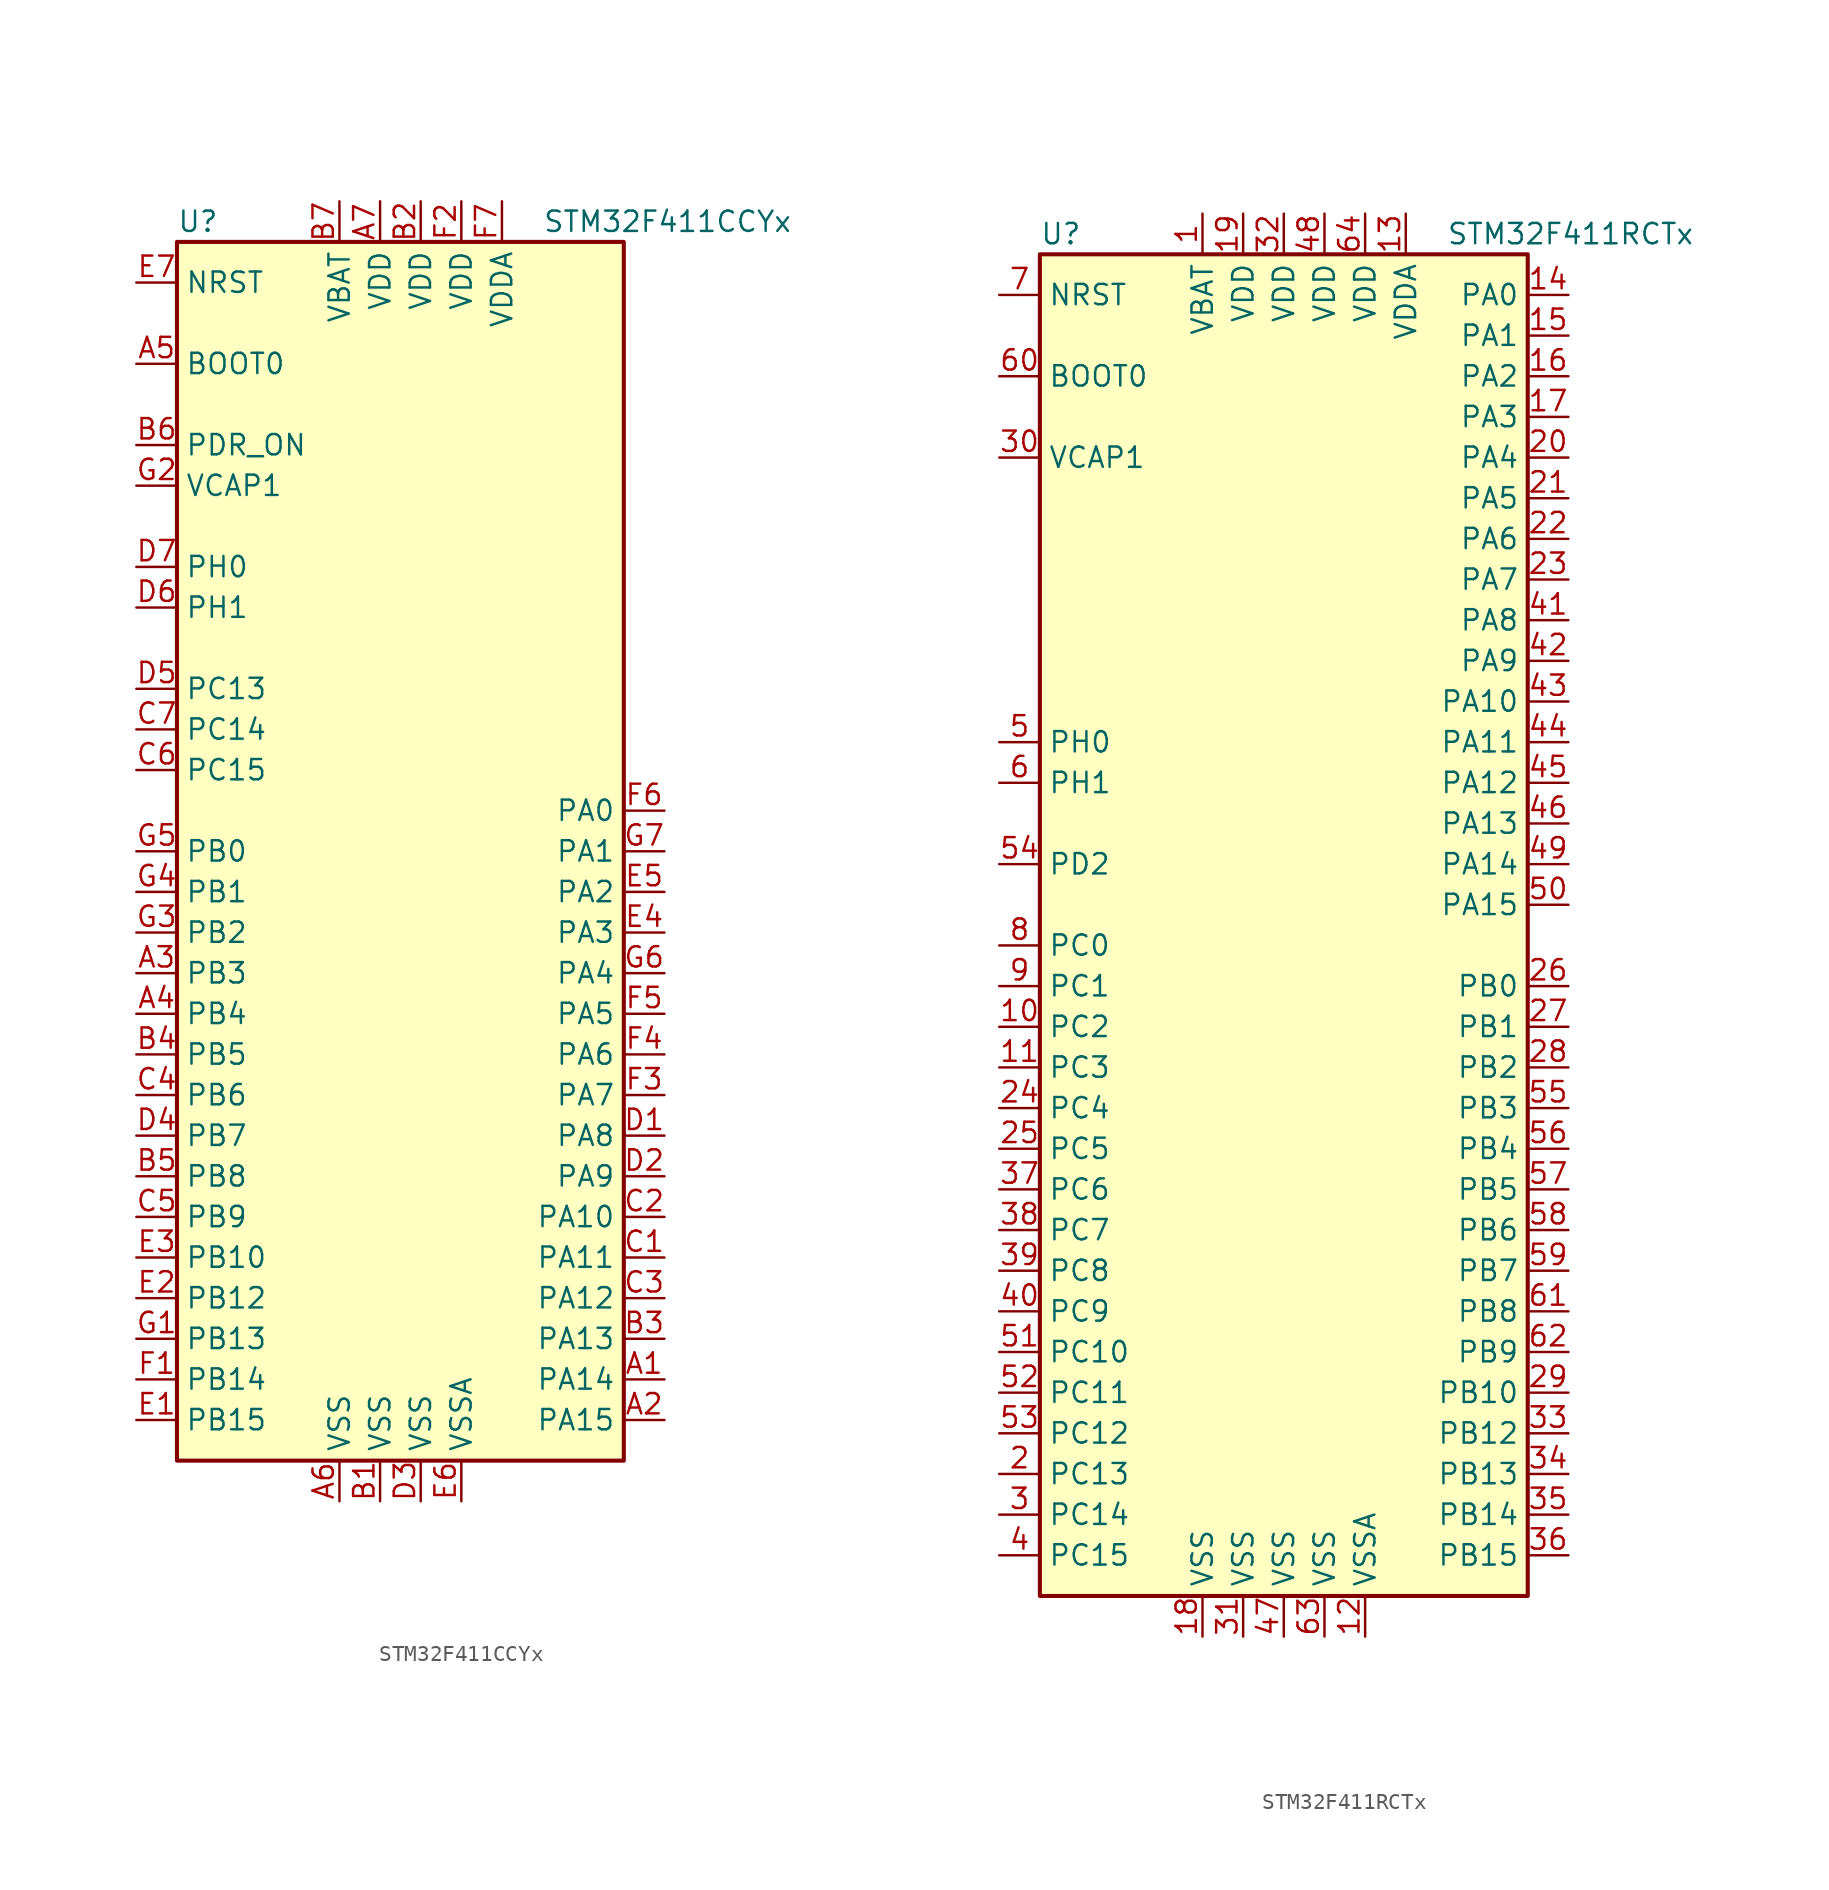
<source format=kicad_sym>
(kicad_symbol_lib
  (version 20201005)
  (generator kicad_symbol_editor)
  (symbol "STM32F411CCYx"
    (property "Reference" "U"
      (at -15.24 39.37 0)
      (effects (font (size 1.27 1.27)) (justify left)))
    (property "Value" "STM32F411CCYx"
      (at 7.62 39.37 0)
      (effects (font (size 1.27 1.27)) (justify left)))
    (symbol "STM32F411CCYx_0_1"
      (rectangle (start -15.24 -38.1) (end 12.7 38.1) (stroke (width 0.254)) (fill (type background))))
    (symbol "STM32F411CCYx_1_1"
      (pin bidirectional line (at 15.24 -33.02 180) (length 2.54) (name "PA14" (effects (font (size 1.27 1.27)))) (number "A1" (effects (font (size 1.27 1.27)))))
      (pin bidirectional line (at 15.24 -35.56 180) (length 2.54) (name "PA15" (effects (font (size 1.27 1.27)))) (number "A2" (effects (font (size 1.27 1.27)))))
      (pin bidirectional line (at -17.78 -7.62 0) (length 2.54) (name "PB3" (effects (font (size 1.27 1.27)))) (number "A3" (effects (font (size 1.27 1.27)))))
      (pin bidirectional line (at -17.78 -10.16 0) (length 2.54) (name "PB4" (effects (font (size 1.27 1.27)))) (number "A4" (effects (font (size 1.27 1.27)))))
      (pin input line (at -17.78 30.48 0) (length 2.54) (name "BOOT0" (effects (font (size 1.27 1.27)))) (number "A5" (effects (font (size 1.27 1.27)))))
      (pin power_in line (at -5.08 -40.64 90) (length 2.54) (name "VSS" (effects (font (size 1.27 1.27)))) (number "A6" (effects (font (size 1.27 1.27)))))
      (pin power_in line (at -2.54 40.64 270) (length 2.54) (name "VDD" (effects (font (size 1.27 1.27)))) (number "A7" (effects (font (size 1.27 1.27)))))
      (pin power_in line (at -2.54 -40.64 90) (length 2.54) (name "VSS" (effects (font (size 1.27 1.27)))) (number "B1" (effects (font (size 1.27 1.27)))))
      (pin power_in line (at 0 40.64 270) (length 2.54) (name "VDD" (effects (font (size 1.27 1.27)))) (number "B2" (effects (font (size 1.27 1.27)))))
      (pin bidirectional line (at 15.24 -30.48 180) (length 2.54) (name "PA13" (effects (font (size 1.27 1.27)))) (number "B3" (effects (font (size 1.27 1.27)))))
      (pin bidirectional line (at -17.78 -12.7 0) (length 2.54) (name "PB5" (effects (font (size 1.27 1.27)))) (number "B4" (effects (font (size 1.27 1.27)))))
      (pin bidirectional line (at -17.78 -20.32 0) (length 2.54) (name "PB8" (effects (font (size 1.27 1.27)))) (number "B5" (effects (font (size 1.27 1.27)))))
      (pin power_in line (at -17.78 25.4 0) (length 2.54) (name "PDR_ON" (effects (font (size 1.27 1.27)))) (number "B6" (effects (font (size 1.27 1.27)))))
      (pin power_in line (at -5.08 40.64 270) (length 2.54) (name "VBAT" (effects (font (size 1.27 1.27)))) (number "B7" (effects (font (size 1.27 1.27)))))
      (pin bidirectional line (at 15.24 -25.4 180) (length 2.54) (name "PA11" (effects (font (size 1.27 1.27)))) (number "C1" (effects (font (size 1.27 1.27)))))
      (pin bidirectional line (at 15.24 -22.86 180) (length 2.54) (name "PA10" (effects (font (size 1.27 1.27)))) (number "C2" (effects (font (size 1.27 1.27)))))
      (pin bidirectional line (at 15.24 -27.94 180) (length 2.54) (name "PA12" (effects (font (size 1.27 1.27)))) (number "C3" (effects (font (size 1.27 1.27)))))
      (pin bidirectional line (at -17.78 -15.24 0) (length 2.54) (name "PB6" (effects (font (size 1.27 1.27)))) (number "C4" (effects (font (size 1.27 1.27)))))
      (pin bidirectional line (at -17.78 -22.86 0) (length 2.54) (name "PB9" (effects (font (size 1.27 1.27)))) (number "C5" (effects (font (size 1.27 1.27)))))
      (pin bidirectional line (at -17.78 5.08 0) (length 2.54) (name "PC15" (effects (font (size 1.27 1.27)))) (number "C6" (effects (font (size 1.27 1.27)))))
      (pin bidirectional line (at -17.78 7.62 0) (length 2.54) (name "PC14" (effects (font (size 1.27 1.27)))) (number "C7" (effects (font (size 1.27 1.27)))))
      (pin bidirectional line (at 15.24 -17.78 180) (length 2.54) (name "PA8" (effects (font (size 1.27 1.27)))) (number "D1" (effects (font (size 1.27 1.27)))))
      (pin bidirectional line (at 15.24 -20.32 180) (length 2.54) (name "PA9" (effects (font (size 1.27 1.27)))) (number "D2" (effects (font (size 1.27 1.27)))))
      (pin power_in line (at 0 -40.64 90) (length 2.54) (name "VSS" (effects (font (size 1.27 1.27)))) (number "D3" (effects (font (size 1.27 1.27)))))
      (pin bidirectional line (at -17.78 -17.78 0) (length 2.54) (name "PB7" (effects (font (size 1.27 1.27)))) (number "D4" (effects (font (size 1.27 1.27)))))
      (pin bidirectional line (at -17.78 10.16 0) (length 2.54) (name "PC13" (effects (font (size 1.27 1.27)))) (number "D5" (effects (font (size 1.27 1.27)))))
      (pin input line (at -17.78 15.24 0) (length 2.54) (name "PH1" (effects (font (size 1.27 1.27)))) (number "D6" (effects (font (size 1.27 1.27)))))
      (pin input line (at -17.78 17.78 0) (length 2.54) (name "PH0" (effects (font (size 1.27 1.27)))) (number "D7" (effects (font (size 1.27 1.27)))))
      (pin bidirectional line (at -17.78 -35.56 0) (length 2.54) (name "PB15" (effects (font (size 1.27 1.27)))) (number "E1" (effects (font (size 1.27 1.27)))))
      (pin bidirectional line (at -17.78 -27.94 0) (length 2.54) (name "PB12" (effects (font (size 1.27 1.27)))) (number "E2" (effects (font (size 1.27 1.27)))))
      (pin bidirectional line (at -17.78 -25.4 0) (length 2.54) (name "PB10" (effects (font (size 1.27 1.27)))) (number "E3" (effects (font (size 1.27 1.27)))))
      (pin bidirectional line (at 15.24 -5.08 180) (length 2.54) (name "PA3" (effects (font (size 1.27 1.27)))) (number "E4" (effects (font (size 1.27 1.27)))))
      (pin bidirectional line (at 15.24 -2.54 180) (length 2.54) (name "PA2" (effects (font (size 1.27 1.27)))) (number "E5" (effects (font (size 1.27 1.27)))))
      (pin power_in line (at 2.54 -40.64 90) (length 2.54) (name "VSSA" (effects (font (size 1.27 1.27)))) (number "E6" (effects (font (size 1.27 1.27)))))
      (pin input line (at -17.78 35.56 0) (length 2.54) (name "NRST" (effects (font (size 1.27 1.27)))) (number "E7" (effects (font (size 1.27 1.27)))))
      (pin bidirectional line (at -17.78 -33.02 0) (length 2.54) (name "PB14" (effects (font (size 1.27 1.27)))) (number "F1" (effects (font (size 1.27 1.27)))))
      (pin power_in line (at 2.54 40.64 270) (length 2.54) (name "VDD" (effects (font (size 1.27 1.27)))) (number "F2" (effects (font (size 1.27 1.27)))))
      (pin bidirectional line (at 15.24 -15.24 180) (length 2.54) (name "PA7" (effects (font (size 1.27 1.27)))) (number "F3" (effects (font (size 1.27 1.27)))))
      (pin bidirectional line (at 15.24 -12.7 180) (length 2.54) (name "PA6" (effects (font (size 1.27 1.27)))) (number "F4" (effects (font (size 1.27 1.27)))))
      (pin bidirectional line (at 15.24 -10.16 180) (length 2.54) (name "PA5" (effects (font (size 1.27 1.27)))) (number "F5" (effects (font (size 1.27 1.27)))))
      (pin bidirectional line (at 15.24 2.54 180) (length 2.54) (name "PA0" (effects (font (size 1.27 1.27)))) (number "F6" (effects (font (size 1.27 1.27)))))
      (pin power_in line (at 5.08 40.64 270) (length 2.54) (name "VDDA" (effects (font (size 1.27 1.27)))) (number "F7" (effects (font (size 1.27 1.27)))))
      (pin bidirectional line (at -17.78 -30.48 0) (length 2.54) (name "PB13" (effects (font (size 1.27 1.27)))) (number "G1" (effects (font (size 1.27 1.27)))))
      (pin power_in line (at -17.78 22.86 0) (length 2.54) (name "VCAP1" (effects (font (size 1.27 1.27)))) (number "G2" (effects (font (size 1.27 1.27)))))
      (pin bidirectional line (at -17.78 -5.08 0) (length 2.54) (name "PB2" (effects (font (size 1.27 1.27)))) (number "G3" (effects (font (size 1.27 1.27)))))
      (pin bidirectional line (at -17.78 -2.54 0) (length 2.54) (name "PB1" (effects (font (size 1.27 1.27)))) (number "G4" (effects (font (size 1.27 1.27)))))
      (pin bidirectional line (at -17.78 0 0) (length 2.54) (name "PB0" (effects (font (size 1.27 1.27)))) (number "G5" (effects (font (size 1.27 1.27)))))
      (pin bidirectional line (at 15.24 -7.62 180) (length 2.54) (name "PA4" (effects (font (size 1.27 1.27)))) (number "G6" (effects (font (size 1.27 1.27)))))
      (pin bidirectional line (at 15.24 0 180) (length 2.54) (name "PA1" (effects (font (size 1.27 1.27)))) (number "G7" (effects (font (size 1.27 1.27)))))))
  (symbol "STM32F411RCTx"
    (property "Reference" "U"
      (at -15.24 41.91 0)
      (effects (font (size 1.27 1.27)) (justify left)))
    (property "Value" "STM32F411RCTx"
      (at 10.16 41.91 0)
      (effects (font (size 1.27 1.27)) (justify left)))
    (symbol "STM32F411RCTx_0_1"
      (rectangle (start -15.24 -43.18) (end 15.24 40.64) (stroke (width 0.254)) (fill (type background))))
    (symbol "STM32F411RCTx_1_1"
      (pin power_in line (at -5.08 43.18 270) (length 2.54) (name "VBAT" (effects (font (size 1.27 1.27)))) (number "1" (effects (font (size 1.27 1.27)))))
      (pin bidirectional line (at -17.78 -7.62 0) (length 2.54) (name "PC2" (effects (font (size 1.27 1.27)))) (number "10" (effects (font (size 1.27 1.27)))))
      (pin bidirectional line (at -17.78 -10.16 0) (length 2.54) (name "PC3" (effects (font (size 1.27 1.27)))) (number "11" (effects (font (size 1.27 1.27)))))
      (pin power_in line (at 5.08 -45.72 90) (length 2.54) (name "VSSA" (effects (font (size 1.27 1.27)))) (number "12" (effects (font (size 1.27 1.27)))))
      (pin power_in line (at 7.62 43.18 270) (length 2.54) (name "VDDA" (effects (font (size 1.27 1.27)))) (number "13" (effects (font (size 1.27 1.27)))))
      (pin bidirectional line (at 17.78 38.1 180) (length 2.54) (name "PA0" (effects (font (size 1.27 1.27)))) (number "14" (effects (font (size 1.27 1.27)))))
      (pin bidirectional line (at 17.78 35.56 180) (length 2.54) (name "PA1" (effects (font (size 1.27 1.27)))) (number "15" (effects (font (size 1.27 1.27)))))
      (pin bidirectional line (at 17.78 33.02 180) (length 2.54) (name "PA2" (effects (font (size 1.27 1.27)))) (number "16" (effects (font (size 1.27 1.27)))))
      (pin bidirectional line (at 17.78 30.48 180) (length 2.54) (name "PA3" (effects (font (size 1.27 1.27)))) (number "17" (effects (font (size 1.27 1.27)))))
      (pin power_in line (at -5.08 -45.72 90) (length 2.54) (name "VSS" (effects (font (size 1.27 1.27)))) (number "18" (effects (font (size 1.27 1.27)))))
      (pin power_in line (at -2.54 43.18 270) (length 2.54) (name "VDD" (effects (font (size 1.27 1.27)))) (number "19" (effects (font (size 1.27 1.27)))))
      (pin bidirectional line (at -17.78 -35.56 0) (length 2.54) (name "PC13" (effects (font (size 1.27 1.27)))) (number "2" (effects (font (size 1.27 1.27)))))
      (pin bidirectional line (at 17.78 27.94 180) (length 2.54) (name "PA4" (effects (font (size 1.27 1.27)))) (number "20" (effects (font (size 1.27 1.27)))))
      (pin bidirectional line (at 17.78 25.4 180) (length 2.54) (name "PA5" (effects (font (size 1.27 1.27)))) (number "21" (effects (font (size 1.27 1.27)))))
      (pin bidirectional line (at 17.78 22.86 180) (length 2.54) (name "PA6" (effects (font (size 1.27 1.27)))) (number "22" (effects (font (size 1.27 1.27)))))
      (pin bidirectional line (at 17.78 20.32 180) (length 2.54) (name "PA7" (effects (font (size 1.27 1.27)))) (number "23" (effects (font (size 1.27 1.27)))))
      (pin bidirectional line (at -17.78 -12.7 0) (length 2.54) (name "PC4" (effects (font (size 1.27 1.27)))) (number "24" (effects (font (size 1.27 1.27)))))
      (pin bidirectional line (at -17.78 -15.24 0) (length 2.54) (name "PC5" (effects (font (size 1.27 1.27)))) (number "25" (effects (font (size 1.27 1.27)))))
      (pin bidirectional line (at 17.78 -5.08 180) (length 2.54) (name "PB0" (effects (font (size 1.27 1.27)))) (number "26" (effects (font (size 1.27 1.27)))))
      (pin bidirectional line (at 17.78 -7.62 180) (length 2.54) (name "PB1" (effects (font (size 1.27 1.27)))) (number "27" (effects (font (size 1.27 1.27)))))
      (pin bidirectional line (at 17.78 -10.16 180) (length 2.54) (name "PB2" (effects (font (size 1.27 1.27)))) (number "28" (effects (font (size 1.27 1.27)))))
      (pin bidirectional line (at 17.78 -30.48 180) (length 2.54) (name "PB10" (effects (font (size 1.27 1.27)))) (number "29" (effects (font (size 1.27 1.27)))))
      (pin bidirectional line (at -17.78 -38.1 0) (length 2.54) (name "PC14" (effects (font (size 1.27 1.27)))) (number "3" (effects (font (size 1.27 1.27)))))
      (pin power_in line (at -17.78 27.94 0) (length 2.54) (name "VCAP1" (effects (font (size 1.27 1.27)))) (number "30" (effects (font (size 1.27 1.27)))))
      (pin power_in line (at -2.54 -45.72 90) (length 2.54) (name "VSS" (effects (font (size 1.27 1.27)))) (number "31" (effects (font (size 1.27 1.27)))))
      (pin power_in line (at 0 43.18 270) (length 2.54) (name "VDD" (effects (font (size 1.27 1.27)))) (number "32" (effects (font (size 1.27 1.27)))))
      (pin bidirectional line (at 17.78 -33.02 180) (length 2.54) (name "PB12" (effects (font (size 1.27 1.27)))) (number "33" (effects (font (size 1.27 1.27)))))
      (pin bidirectional line (at 17.78 -35.56 180) (length 2.54) (name "PB13" (effects (font (size 1.27 1.27)))) (number "34" (effects (font (size 1.27 1.27)))))
      (pin bidirectional line (at 17.78 -38.1 180) (length 2.54) (name "PB14" (effects (font (size 1.27 1.27)))) (number "35" (effects (font (size 1.27 1.27)))))
      (pin bidirectional line (at 17.78 -40.64 180) (length 2.54) (name "PB15" (effects (font (size 1.27 1.27)))) (number "36" (effects (font (size 1.27 1.27)))))
      (pin bidirectional line (at -17.78 -17.78 0) (length 2.54) (name "PC6" (effects (font (size 1.27 1.27)))) (number "37" (effects (font (size 1.27 1.27)))))
      (pin bidirectional line (at -17.78 -20.32 0) (length 2.54) (name "PC7" (effects (font (size 1.27 1.27)))) (number "38" (effects (font (size 1.27 1.27)))))
      (pin bidirectional line (at -17.78 -22.86 0) (length 2.54) (name "PC8" (effects (font (size 1.27 1.27)))) (number "39" (effects (font (size 1.27 1.27)))))
      (pin bidirectional line (at -17.78 -40.64 0) (length 2.54) (name "PC15" (effects (font (size 1.27 1.27)))) (number "4" (effects (font (size 1.27 1.27)))))
      (pin bidirectional line (at -17.78 -25.4 0) (length 2.54) (name "PC9" (effects (font (size 1.27 1.27)))) (number "40" (effects (font (size 1.27 1.27)))))
      (pin bidirectional line (at 17.78 17.78 180) (length 2.54) (name "PA8" (effects (font (size 1.27 1.27)))) (number "41" (effects (font (size 1.27 1.27)))))
      (pin bidirectional line (at 17.78 15.24 180) (length 2.54) (name "PA9" (effects (font (size 1.27 1.27)))) (number "42" (effects (font (size 1.27 1.27)))))
      (pin bidirectional line (at 17.78 12.7 180) (length 2.54) (name "PA10" (effects (font (size 1.27 1.27)))) (number "43" (effects (font (size 1.27 1.27)))))
      (pin bidirectional line (at 17.78 10.16 180) (length 2.54) (name "PA11" (effects (font (size 1.27 1.27)))) (number "44" (effects (font (size 1.27 1.27)))))
      (pin bidirectional line (at 17.78 7.62 180) (length 2.54) (name "PA12" (effects (font (size 1.27 1.27)))) (number "45" (effects (font (size 1.27 1.27)))))
      (pin bidirectional line (at 17.78 5.08 180) (length 2.54) (name "PA13" (effects (font (size 1.27 1.27)))) (number "46" (effects (font (size 1.27 1.27)))))
      (pin power_in line (at 0 -45.72 90) (length 2.54) (name "VSS" (effects (font (size 1.27 1.27)))) (number "47" (effects (font (size 1.27 1.27)))))
      (pin power_in line (at 2.54 43.18 270) (length 2.54) (name "VDD" (effects (font (size 1.27 1.27)))) (number "48" (effects (font (size 1.27 1.27)))))
      (pin bidirectional line (at 17.78 2.54 180) (length 2.54) (name "PA14" (effects (font (size 1.27 1.27)))) (number "49" (effects (font (size 1.27 1.27)))))
      (pin input line (at -17.78 10.16 0) (length 2.54) (name "PH0" (effects (font (size 1.27 1.27)))) (number "5" (effects (font (size 1.27 1.27)))))
      (pin bidirectional line (at 17.78 0 180) (length 2.54) (name "PA15" (effects (font (size 1.27 1.27)))) (number "50" (effects (font (size 1.27 1.27)))))
      (pin bidirectional line (at -17.78 -27.94 0) (length 2.54) (name "PC10" (effects (font (size 1.27 1.27)))) (number "51" (effects (font (size 1.27 1.27)))))
      (pin bidirectional line (at -17.78 -30.48 0) (length 2.54) (name "PC11" (effects (font (size 1.27 1.27)))) (number "52" (effects (font (size 1.27 1.27)))))
      (pin bidirectional line (at -17.78 -33.02 0) (length 2.54) (name "PC12" (effects (font (size 1.27 1.27)))) (number "53" (effects (font (size 1.27 1.27)))))
      (pin bidirectional line (at -17.78 2.54 0) (length 2.54) (name "PD2" (effects (font (size 1.27 1.27)))) (number "54" (effects (font (size 1.27 1.27)))))
      (pin bidirectional line (at 17.78 -12.7 180) (length 2.54) (name "PB3" (effects (font (size 1.27 1.27)))) (number "55" (effects (font (size 1.27 1.27)))))
      (pin bidirectional line (at 17.78 -15.24 180) (length 2.54) (name "PB4" (effects (font (size 1.27 1.27)))) (number "56" (effects (font (size 1.27 1.27)))))
      (pin bidirectional line (at 17.78 -17.78 180) (length 2.54) (name "PB5" (effects (font (size 1.27 1.27)))) (number "57" (effects (font (size 1.27 1.27)))))
      (pin bidirectional line (at 17.78 -20.32 180) (length 2.54) (name "PB6" (effects (font (size 1.27 1.27)))) (number "58" (effects (font (size 1.27 1.27)))))
      (pin bidirectional line (at 17.78 -22.86 180) (length 2.54) (name "PB7" (effects (font (size 1.27 1.27)))) (number "59" (effects (font (size 1.27 1.27)))))
      (pin input line (at -17.78 7.62 0) (length 2.54) (name "PH1" (effects (font (size 1.27 1.27)))) (number "6" (effects (font (size 1.27 1.27)))))
      (pin input line (at -17.78 33.02 0) (length 2.54) (name "BOOT0" (effects (font (size 1.27 1.27)))) (number "60" (effects (font (size 1.27 1.27)))))
      (pin bidirectional line (at 17.78 -25.4 180) (length 2.54) (name "PB8" (effects (font (size 1.27 1.27)))) (number "61" (effects (font (size 1.27 1.27)))))
      (pin bidirectional line (at 17.78 -27.94 180) (length 2.54) (name "PB9" (effects (font (size 1.27 1.27)))) (number "62" (effects (font (size 1.27 1.27)))))
      (pin power_in line (at 2.54 -45.72 90) (length 2.54) (name "VSS" (effects (font (size 1.27 1.27)))) (number "63" (effects (font (size 1.27 1.27)))))
      (pin power_in line (at 5.08 43.18 270) (length 2.54) (name "VDD" (effects (font (size 1.27 1.27)))) (number "64" (effects (font (size 1.27 1.27)))))
      (pin input line (at -17.78 38.1 0) (length 2.54) (name "NRST" (effects (font (size 1.27 1.27)))) (number "7" (effects (font (size 1.27 1.27)))))
      (pin bidirectional line (at -17.78 -2.54 0) (length 2.54) (name "PC0" (effects (font (size 1.27 1.27)))) (number "8" (effects (font (size 1.27 1.27)))))
      (pin bidirectional line (at -17.78 -5.08 0) (length 2.54) (name "PC1" (effects (font (size 1.27 1.27)))) (number "9" (effects (font (size 1.27 1.27))))))))
</source>
